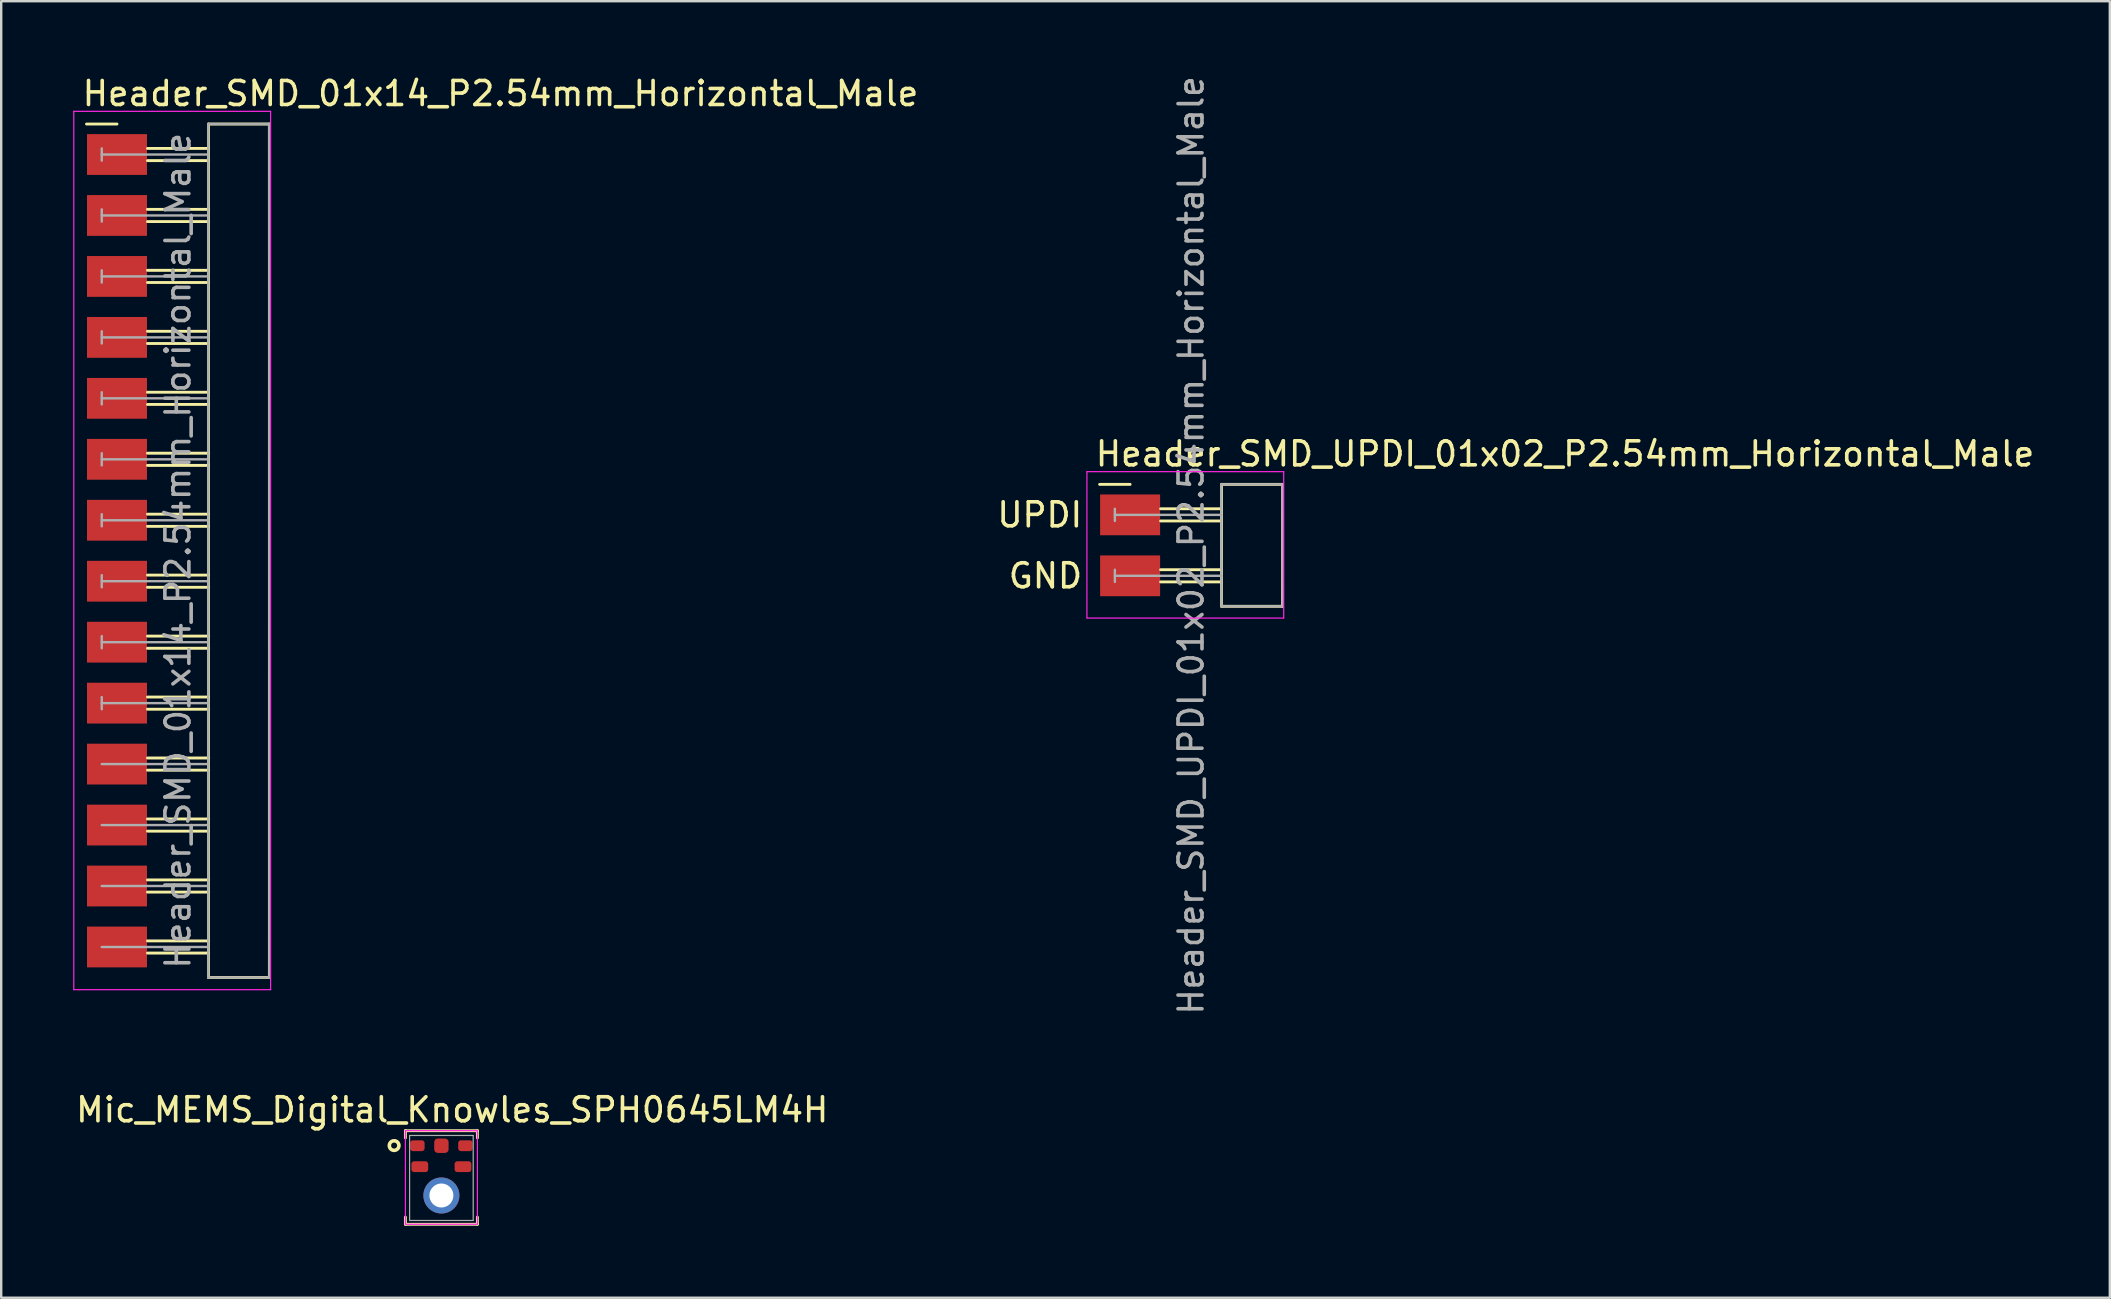
<source format=kicad_pcb>
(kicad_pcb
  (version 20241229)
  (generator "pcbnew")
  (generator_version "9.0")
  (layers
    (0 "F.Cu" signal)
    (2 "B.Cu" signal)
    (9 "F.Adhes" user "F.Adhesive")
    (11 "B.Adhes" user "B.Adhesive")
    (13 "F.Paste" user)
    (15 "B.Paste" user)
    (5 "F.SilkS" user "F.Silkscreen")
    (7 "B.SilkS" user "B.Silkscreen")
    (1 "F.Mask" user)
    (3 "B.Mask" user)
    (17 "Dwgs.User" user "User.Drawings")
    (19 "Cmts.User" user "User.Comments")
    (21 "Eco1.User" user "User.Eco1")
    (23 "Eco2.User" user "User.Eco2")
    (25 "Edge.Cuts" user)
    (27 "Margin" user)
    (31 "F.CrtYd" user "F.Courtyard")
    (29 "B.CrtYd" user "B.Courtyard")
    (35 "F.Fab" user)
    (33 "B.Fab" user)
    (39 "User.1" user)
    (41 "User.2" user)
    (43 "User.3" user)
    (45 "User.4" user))
  (footprint "Header_SMD_UPDI_01x02_P2.54mm_Horizontal_Male"
    (layer "F.Cu")
    (at 44.039 18.403)
    (property "Reference" "Header_SMD_UPDI_01x02_P2.54mm_Horizontal_Male" (at -1.524 -2.54 180) (layer "F.SilkS") (effects (font (size 1 1) (thickness 0.15)) (justify left)))
    (attr smd)
    (fp_line (start -1.27 -1.27) (end 0 -1.27) (stroke (width 0.12) (type solid)) (layer "F.SilkS"))
    (fp_line (start 3.81 -1.27) (end 6.35 -1.27) (stroke (width 0.12) (type solid)) (layer "F.SilkS"))
    (fp_line (start 3.81 -0.254) (end 1.27 -0.254) (stroke (width 0.12) (type solid)) (layer "F.SilkS"))
    (fp_line (start 3.81 0.254) (end 1.27 0.254) (stroke (width 0.12) (type solid)) (layer "F.SilkS"))
    (fp_line (start 3.81 2.286) (end 1.27 2.286) (stroke (width 0.12) (type solid)) (layer "F.SilkS"))
    (fp_line (start 3.81 2.794) (end 1.27 2.794) (stroke (width 0.12) (type solid)) (layer "F.SilkS"))
    (fp_line (start 3.81 3.81) (end 3.81 -1.27) (stroke (width 0.12) (type solid)) (layer "F.SilkS"))
    (fp_line (start 6.35 -1.27) (end 6.35 3.81) (stroke (width 0.12) (type solid)) (layer "F.SilkS"))
    (fp_line (start 6.35 3.81) (end 3.81 3.81) (stroke (width 0.12) (type solid)) (layer "F.SilkS"))
    (fp_line (start -1.8 -1.8) (end -1.8 4.3) (stroke (width 0.05) (type solid)) (layer "F.CrtYd"))
    (fp_line (start -1.8 4.3) (end 6.4 4.3) (stroke (width 0.05) (type solid)) (layer "F.CrtYd"))
    (fp_line (start 6.4 -1.8) (end -1.8 -1.8) (stroke (width 0.05) (type solid)) (layer "F.CrtYd"))
    (fp_line (start 6.4 4.3) (end 6.4 -1.8) (stroke (width 0.05) (type solid)) (layer "F.CrtYd"))
    (fp_line (start -0.635 -0.254) (end -0.635 0.254) (stroke (width 0.1) (type solid)) (layer "F.Fab"))
    (fp_line (start -0.635 2.286) (end -0.635 2.794) (stroke (width 0.1) (type solid)) (layer "F.Fab"))
    (fp_line (start 3.8 -1.27) (end 6.34 -1.27) (stroke (width 0.1) (type solid)) (layer "F.Fab"))
    (fp_line (start 3.8 3.81) (end 6.35 3.81) (stroke (width 0.1) (type solid)) (layer "F.Fab"))
    (fp_line (start 3.81 0) (end -0.635 0) (stroke (width 0.1) (type solid)) (layer "F.Fab"))
    (fp_line (start 3.81 2.54) (end -0.635 2.54) (stroke (width 0.1) (type solid)) (layer "F.Fab"))
    (fp_line (start 3.81 3.81) (end 3.8 -1.27) (stroke (width 0.1) (type solid)) (layer "F.Fab"))
    (fp_line (start 6.34 -1.27) (end 6.35 3.81) (stroke (width 0.1) (type solid)) (layer "F.Fab"))
    (fp_text user "GND" (at -1.905 2.54 0) (layer "F.SilkS") (effects (font (size 1 1) (thickness 0.15)) (justify right)))
    (fp_text user "UPDI" (at -1.905 0 0) (layer "F.SilkS") (effects (font (size 1 1) (thickness 0.15)) (justify right)))
    (fp_text user "${REFERENCE}" (at 2.54 1.27 90) (layer "F.Fab") (effects (font (size 1 1) (thickness 0.15))))
    (pad "1" smd rect (at 0 0) (size 2.5 1.7) (layers "F.Cu" "F.Mask" "F.Paste"))
    (pad "2" smd rect (at 0 2.54) (size 2.5 1.7) (layers "F.Cu" "F.Mask" "F.Paste")))
  (footprint "Mic_MEMS_Digital_Knowles_SPH0645LM4H"
    (layer "F.Cu")
    (at 15.342 46.763)
    (property "Reference" "Mic_MEMS_Digital_Knowles_SPH0645LM4H" (at 0.45 -3.57 0) (layer "F.SilkS") (effects (font (size 1 1) (thickness 0.15))))
    (attr smd)
    (fp_line (start -1.5 -2.7) (end -1.5 -2.4) (stroke (width 0.12) (type solid)) (layer "F.SilkS"))
    (fp_line (start -1.5 -2.7) (end 1.5 -2.7) (stroke (width 0.12) (type solid)) (layer "F.SilkS"))
    (fp_line (start -1.5 1.2) (end -1.5 0.9) (stroke (width 0.12) (type solid)) (layer "F.SilkS"))
    (fp_line (start 1.5 -2.7) (end 1.5 -2.4) (stroke (width 0.12) (type solid)) (layer "F.SilkS"))
    (fp_line (start 1.5 1.2) (end -1.5 1.2) (stroke (width 0.12) (type solid)) (layer "F.SilkS"))
    (fp_line (start 1.5 1.2) (end 1.5 0.9) (stroke (width 0.12) (type solid)) (layer "F.SilkS"))
    (fp_circle (center -1.97 -2.08) (end -1.77 -2.08) (stroke (width 0.15) (type solid)) (fill no) (layer "F.SilkS"))
    (fp_line (start -1.5 -2.7) (end 1.5 -2.7) (stroke (width 0.05) (type solid)) (layer "F.CrtYd"))
    (fp_line (start -1.5 1.2) (end -1.5 -2.7) (stroke (width 0.05) (type solid)) (layer "F.CrtYd"))
    (fp_line (start 1.5 -2.7) (end 1.5 1.2) (stroke (width 0.05) (type solid)) (layer "F.CrtYd"))
    (fp_line (start 1.5 1.2) (end -1.5 1.2) (stroke (width 0.05) (type solid)) (layer "F.CrtYd"))
    (fp_line (start -1.325 -2.5) (end 1.325 -2.5) (stroke (width 0.05) (type solid)) (layer "F.Fab"))
    (fp_line (start -1.325 1.04) (end -1.325 -2.5) (stroke (width 0.05) (type solid)) (layer "F.Fab"))
    (fp_line (start 1.325 -2.5) (end 1.325 1.04) (stroke (width 0.05) (type solid)) (layer "F.Fab"))
    (fp_line (start 1.325 1.04) (end -1.325 1.04) (stroke (width 0.05) (type solid)) (layer "F.Fab"))
    (pad "1" smd roundrect (at -1 -2.074) (size 0.6 0.45) (layers "F.Cu" "F.Mask" "F.Paste") (roundrect_rratio 0.25))
    (pad "2" smd roundrect (at -0.9 -1.2) (size 0.7 0.45) (layers "F.Cu" "F.Mask" "F.Paste") (roundrect_rratio 0.25))
    (pad "3" thru_hole circle (at 0 0) (size 1.5 1.5) (drill 1) (layers "*.Cu" "*.Mask"))
    (pad "4" smd roundrect (at 0.9 -1.2) (size 0.7 0.45) (layers "F.Cu" "F.Mask" "F.Paste") (roundrect_rratio 0.25))
    (pad "5" smd roundrect (at 1 -2.074) (size 0.6 0.45) (layers "F.Cu" "F.Mask" "F.Paste") (roundrect_rratio 0.25))
    (pad "6" smd roundrect (at 0 -2.074) (size 0.6 0.6) (layers "F.Cu" "F.Mask" "F.Paste") (roundrect_rratio 0.25)))
  (footprint "Header_SMD_01x14_P2.54mm_Horizontal_Male"
    (layer "F.Cu")
    (at 1.825 3.388)
    (property "Reference" "Header_SMD_01x14_P2.54mm_Horizontal_Male" (at -1.524 -2.54 180) (layer "F.SilkS") (effects (font (size 1 1) (thickness 0.15)) (justify left)))
    (attr smd)
    (fp_line (start -1.27 -1.27) (end 0 -1.27) (stroke (width 0.12) (type solid)) (layer "F.SilkS"))
    (fp_line (start 3.81 -1.27) (end 6.35 -1.27) (stroke (width 0.12) (type solid)) (layer "F.SilkS"))
    (fp_line (start 3.81 -0.254) (end 1.27 -0.254) (stroke (width 0.12) (type solid)) (layer "F.SilkS"))
    (fp_line (start 3.81 0.254) (end 1.27 0.254) (stroke (width 0.12) (type solid)) (layer "F.SilkS"))
    (fp_line (start 3.81 2.286) (end 1.27 2.286) (stroke (width 0.12) (type solid)) (layer "F.SilkS"))
    (fp_line (start 3.81 2.794) (end 1.27 2.794) (stroke (width 0.12) (type solid)) (layer "F.SilkS"))
    (fp_line (start 3.81 4.826) (end 1.27 4.826) (stroke (width 0.12) (type solid)) (layer "F.SilkS"))
    (fp_line (start 3.81 5.334) (end 1.27 5.334) (stroke (width 0.12) (type solid)) (layer "F.SilkS"))
    (fp_line (start 3.81 7.366) (end 1.27 7.366) (stroke (width 0.12) (type solid)) (layer "F.SilkS"))
    (fp_line (start 3.81 7.874) (end 1.27 7.874) (stroke (width 0.12) (type solid)) (layer "F.SilkS"))
    (fp_line (start 3.81 9.906) (end 1.27 9.906) (stroke (width 0.12) (type solid)) (layer "F.SilkS"))
    (fp_line (start 3.81 10.414) (end 1.27 10.414) (stroke (width 0.12) (type solid)) (layer "F.SilkS"))
    (fp_line (start 3.81 12.446) (end 1.27 12.446) (stroke (width 0.12) (type solid)) (layer "F.SilkS"))
    (fp_line (start 3.81 12.954) (end 1.27 12.954) (stroke (width 0.12) (type solid)) (layer "F.SilkS"))
    (fp_line (start 3.81 14.986) (end 1.27 14.986) (stroke (width 0.12) (type solid)) (layer "F.SilkS"))
    (fp_line (start 3.81 15.494) (end 1.27 15.494) (stroke (width 0.12) (type solid)) (layer "F.SilkS"))
    (fp_line (start 3.81 17.526) (end 1.27 17.526) (stroke (width 0.12) (type solid)) (layer "F.SilkS"))
    (fp_line (start 3.81 18.034) (end 1.27 18.034) (stroke (width 0.12) (type solid)) (layer "F.SilkS"))
    (fp_line (start 3.81 20.066) (end 1.27 20.066) (stroke (width 0.12) (type solid)) (layer "F.SilkS"))
    (fp_line (start 3.81 20.574) (end 1.27 20.574) (stroke (width 0.12) (type solid)) (layer "F.SilkS"))
    (fp_line (start 3.81 22.606) (end 1.27 22.606) (stroke (width 0.12) (type solid)) (layer "F.SilkS"))
    (fp_line (start 3.81 23.114) (end 1.27 23.114) (stroke (width 0.12) (type solid)) (layer "F.SilkS"))
    (fp_line (start 3.81 25.146) (end 1.27 25.146) (stroke (width 0.12) (type solid)) (layer "F.SilkS"))
    (fp_line (start 3.81 25.654) (end 1.27 25.654) (stroke (width 0.12) (type solid)) (layer "F.SilkS"))
    (fp_line (start 3.81 27.686) (end 1.27 27.686) (stroke (width 0.12) (type solid)) (layer "F.SilkS"))
    (fp_line (start 3.81 28.194) (end 1.27 28.194) (stroke (width 0.12) (type solid)) (layer "F.SilkS"))
    (fp_line (start 3.81 30.226) (end 1.27 30.226) (stroke (width 0.12) (type solid)) (layer "F.SilkS"))
    (fp_line (start 3.81 30.734) (end 1.27 30.734) (stroke (width 0.12) (type solid)) (layer "F.SilkS"))
    (fp_line (start 3.81 32.766) (end 1.27 32.766) (stroke (width 0.12) (type solid)) (layer "F.SilkS"))
    (fp_line (start 3.81 33.274) (end 1.27 33.274) (stroke (width 0.12) (type solid)) (layer "F.SilkS"))
    (fp_line (start 3.81 34.29) (end 3.81 -1.27) (stroke (width 0.12) (type solid)) (layer "F.SilkS"))
    (fp_line (start 6.35 -1.27) (end 6.35 34.29) (stroke (width 0.12) (type solid)) (layer "F.SilkS"))
    (fp_line (start 6.35 34.29) (end 3.81 34.29) (stroke (width 0.12) (type solid)) (layer "F.SilkS"))
    (fp_line (start -1.8 -1.8) (end -1.8 34.8) (stroke (width 0.05) (type solid)) (layer "F.CrtYd"))
    (fp_line (start -1.8 34.8) (end 6.4 34.8) (stroke (width 0.05) (type solid)) (layer "F.CrtYd"))
    (fp_line (start 6.4 -1.8) (end -1.8 -1.8) (stroke (width 0.05) (type solid)) (layer "F.CrtYd"))
    (fp_line (start 6.4 34.8) (end 6.4 -1.8) (stroke (width 0.05) (type solid)) (layer "F.CrtYd"))
    (fp_line (start -0.635 -0.254) (end -0.635 0.254) (stroke (width 0.1) (type solid)) (layer "F.Fab"))
    (fp_line (start -0.635 2.286) (end -0.635 2.794) (stroke (width 0.1) (type solid)) (layer "F.Fab"))
    (fp_line (start -0.635 4.826) (end -0.635 5.334) (stroke (width 0.1) (type solid)) (layer "F.Fab"))
    (fp_line (start -0.635 7.366) (end -0.635 7.874) (stroke (width 0.1) (type solid)) (layer "F.Fab"))
    (fp_line (start -0.635 9.906) (end -0.635 10.414) (stroke (width 0.1) (type solid)) (layer "F.Fab"))
    (fp_line (start -0.635 12.446) (end -0.635 12.954) (stroke (width 0.1) (type solid)) (layer "F.Fab"))
    (fp_line (start -0.635 14.986) (end -0.635 15.494) (stroke (width 0.1) (type solid)) (layer "F.Fab"))
    (fp_line (start -0.635 17.526) (end -0.635 18.034) (stroke (width 0.1) (type solid)) (layer "F.Fab"))
    (fp_line (start -0.635 20.066) (end -0.635 20.574) (stroke (width 0.1) (type solid)) (layer "F.Fab"))
    (fp_line (start -0.635 22.606) (end -0.635 23.114) (stroke (width 0.1) (type solid)) (layer "F.Fab"))
    (fp_line (start 3.8 -1.27) (end 6.34 -1.27) (stroke (width 0.1) (type solid)) (layer "F.Fab"))
    (fp_line (start 3.8 34.29) (end 3.8 -1.27) (stroke (width 0.1) (type solid)) (layer "F.Fab"))
    (fp_line (start 3.8 34.29) (end 6.35 34.29) (stroke (width 0.1) (type solid)) (layer "F.Fab"))
    (fp_line (start 3.81 0) (end -0.635 0) (stroke (width 0.1) (type solid)) (layer "F.Fab"))
    (fp_line (start 3.81 2.54) (end -0.635 2.54) (stroke (width 0.1) (type solid)) (layer "F.Fab"))
    (fp_line (start 3.81 5.08) (end -0.635 5.08) (stroke (width 0.1) (type solid)) (layer "F.Fab"))
    (fp_line (start 3.81 7.62) (end -0.635 7.62) (stroke (width 0.1) (type solid)) (layer "F.Fab"))
    (fp_line (start 3.81 10.16) (end -0.635 10.16) (stroke (width 0.1) (type solid)) (layer "F.Fab"))
    (fp_line (start 3.81 12.7) (end -0.635 12.7) (stroke (width 0.1) (type solid)) (layer "F.Fab"))
    (fp_line (start 3.81 15.24) (end -0.635 15.24) (stroke (width 0.1) (type solid)) (layer "F.Fab"))
    (fp_line (start 3.81 17.78) (end -0.635 17.78) (stroke (width 0.1) (type solid)) (layer "F.Fab"))
    (fp_line (start 3.81 20.32) (end -0.635 20.32) (stroke (width 0.1) (type solid)) (layer "F.Fab"))
    (fp_line (start 3.81 22.86) (end -0.635 22.86) (stroke (width 0.1) (type solid)) (layer "F.Fab"))
    (fp_line (start 3.81 25.4) (end -0.635 25.4) (stroke (width 0.1) (type solid)) (layer "F.Fab"))
    (fp_line (start 3.81 27.94) (end -0.635 27.94) (stroke (width 0.1) (type solid)) (layer "F.Fab"))
    (fp_line (start 3.81 30.48) (end -0.635 30.48) (stroke (width 0.1) (type solid)) (layer "F.Fab"))
    (fp_line (start 3.81 33.02) (end -0.635 33.02) (stroke (width 0.1) (type solid)) (layer "F.Fab"))
    (fp_line (start 6.34 -1.27) (end 6.35 34.29) (stroke (width 0.1) (type solid)) (layer "F.Fab"))
    (fp_text user "${REFERENCE}" (at 2.54 16.51 90) (layer "F.Fab") (effects (font (size 1 1) (thickness 0.15))))
    (pad "1" smd rect (at 0 0) (size 2.5 1.7) (layers "F.Cu" "F.Mask" "F.Paste"))
    (pad "2" smd rect (at 0 2.54) (size 2.5 1.7) (layers "F.Cu" "F.Mask" "F.Paste"))
    (pad "3" smd rect (at 0 5.08) (size 2.5 1.7) (layers "F.Cu" "F.Mask" "F.Paste"))
    (pad "4" smd rect (at 0 7.62) (size 2.5 1.7) (layers "F.Cu" "F.Mask" "F.Paste"))
    (pad "5" smd rect (at 0 10.16) (size 2.5 1.7) (layers "F.Cu" "F.Mask" "F.Paste"))
    (pad "6" smd rect (at 0 12.7) (size 2.5 1.7) (layers "F.Cu" "F.Mask" "F.Paste"))
    (pad "7" smd rect (at 0 15.24) (size 2.5 1.7) (layers "F.Cu" "F.Mask" "F.Paste"))
    (pad "8" smd rect (at 0 17.78) (size 2.5 1.7) (layers "F.Cu" "F.Mask" "F.Paste"))
    (pad "9" smd rect (at 0 20.32) (size 2.5 1.7) (layers "F.Cu" "F.Mask" "F.Paste"))
    (pad "10" smd rect (at 0 22.86) (size 2.5 1.7) (layers "F.Cu" "F.Mask" "F.Paste"))
    (pad "11" smd rect (at 0 25.4) (size 2.5 1.7) (layers "F.Cu" "F.Mask" "F.Paste"))
    (pad "12" smd rect (at 0 27.94) (size 2.5 1.7) (layers "F.Cu" "F.Mask" "F.Paste"))
    (pad "13" smd rect (at 0 30.48) (size 2.5 1.7) (layers "F.Cu" "F.Mask" "F.Paste"))
    (pad "14" smd rect (at 0 33.02) (size 2.5 1.7) (layers "F.Cu" "F.Mask" "F.Paste")))
  (gr_rect
    (start -3 -3)
    (end 84.861 51.023)
    (stroke (width 0.1) (type default))
    (fill no)
    (layer "Edge.Cuts")))
</source>
